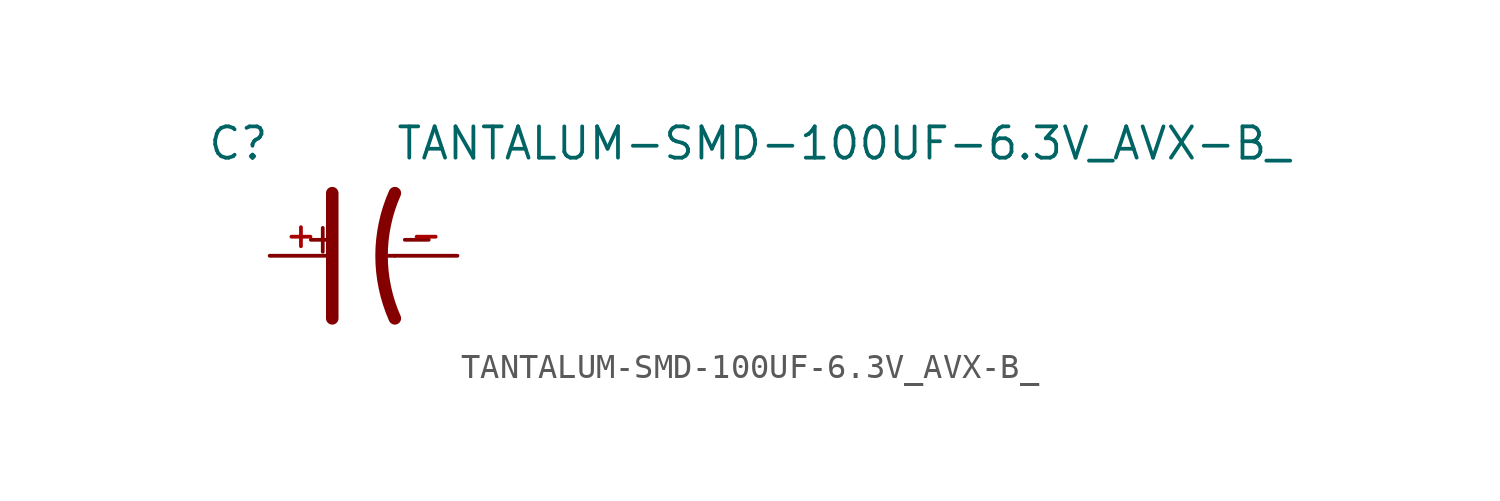
<source format=kicad_sym>
(kicad_symbol_lib
  (version 20211014)
  (generator kicad_symbol_editor)
  (symbol "TANTALUM-SMD-100UF-6.3V_AVX-B_"
    (pin_names
      (offset 1.016))
    (property "Reference" "C"
      (at -6.36 3.816 0)
      (effects (font (size 1.27 1.27)) (justify bottom left)))
    (property "Value" "TANTALUM-SMD-100UF-6.3V_AVX-B_"
      (at 1.272 3.817 0)
      (effects (font (size 1.27 1.27)) (justify bottom left)))
    (symbol "TANTALUM-SMD-100UF-6.3V_AVX-B__0_0"
      (polyline (pts (xy -1.27 2.54) (xy -1.27 -2.54)) (stroke (width 0.508)))
      (arc (start 1.27 -2.54) (mid 0.731 -0.0041) (end 1.27 2.54) (stroke (width 0.508) (type default) (color 0 0 0 0)) (fill (type none)))
      (polyline (pts (xy 1.27 0.0) (xy 0.635 0.0)) (stroke (width 0.152)))
      (text "+" (at -2.542 0.0 0) (effects (font (size 1.271 1.271)) (justify bottom left)))
      (text "-" (at 1.272 0.0 0) (effects (font (size 1.272 1.272)) (justify bottom left)))
      (pin passive line (at -3.81 0.0 0) (length 2.54) (name "~" (effects (font (size 1.016 1.016)))) (number "+" (effects (font (size 1.016 1.016)))))
      (pin passive line (at 3.81 0.0 180.0) (length 2.54) (name "~" (effects (font (size 1.016 1.016)))) (number "-" (effects (font (size 1.016 1.016))))))))
</source>
